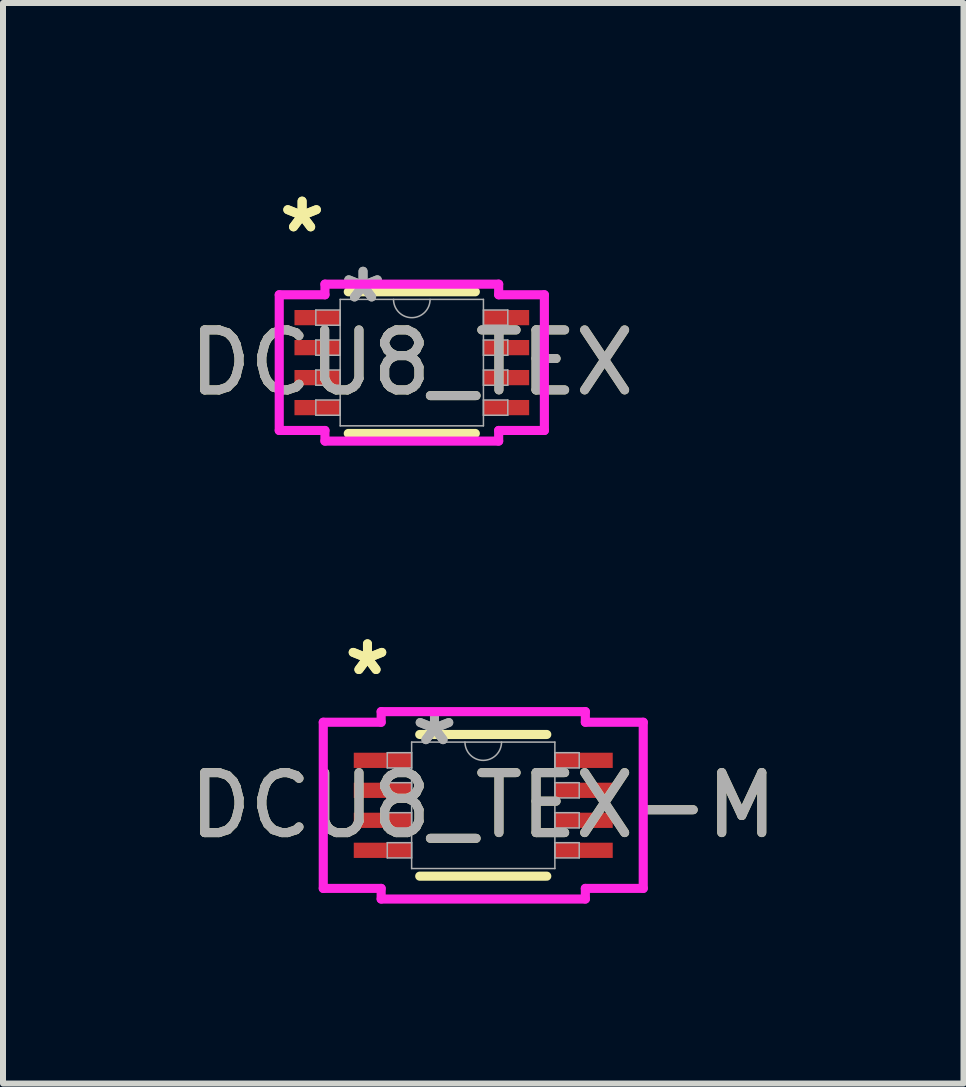
<source format=kicad_pcb>
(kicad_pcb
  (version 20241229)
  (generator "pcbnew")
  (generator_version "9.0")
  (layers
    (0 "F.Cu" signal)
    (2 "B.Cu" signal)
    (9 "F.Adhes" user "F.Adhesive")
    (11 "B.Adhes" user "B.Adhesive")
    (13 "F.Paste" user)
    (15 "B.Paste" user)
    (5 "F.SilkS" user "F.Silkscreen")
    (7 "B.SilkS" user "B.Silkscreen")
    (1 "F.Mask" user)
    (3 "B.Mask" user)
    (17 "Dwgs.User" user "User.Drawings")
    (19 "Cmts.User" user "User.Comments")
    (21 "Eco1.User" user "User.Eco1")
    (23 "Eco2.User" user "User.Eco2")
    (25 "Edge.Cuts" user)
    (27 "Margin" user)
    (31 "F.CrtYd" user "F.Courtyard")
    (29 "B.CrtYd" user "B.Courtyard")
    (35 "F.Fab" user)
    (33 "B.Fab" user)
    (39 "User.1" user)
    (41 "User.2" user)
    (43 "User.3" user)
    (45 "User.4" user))
  (footprint "DCU8_TEX-M"
    (layer "F.Cu")
    (at 5.006 10.375)
    (property "Reference" "DCU8_TEX-M" (at 0 0 0) (unlocked yes) (layer "F.SilkS") (effects (font (size 1 1) (thickness 0.15))))
    (attr smd)
    (fp_line (start -1.059 1.181) (end 1.059 1.181) (stroke (width 0.152) (type solid)) (layer "F.SilkS"))
    (fp_line (start 1.059 -1.181) (end -1.059 -1.181) (stroke (width 0.152) (type solid)) (layer "F.SilkS"))
    (fp_line (start -2.667 -1.385) (end -1.702 -1.385) (stroke (width 0.152) (type solid)) (layer "F.CrtYd"))
    (fp_line (start -2.667 1.385) (end -2.667 -1.385) (stroke (width 0.152) (type solid)) (layer "F.CrtYd"))
    (fp_line (start -2.667 1.385) (end -1.702 1.385) (stroke (width 0.152) (type solid)) (layer "F.CrtYd"))
    (fp_line (start -1.702 -1.562) (end 1.702 -1.562) (stroke (width 0.152) (type solid)) (layer "F.CrtYd"))
    (fp_line (start -1.702 -1.385) (end -1.702 -1.562) (stroke (width 0.152) (type solid)) (layer "F.CrtYd"))
    (fp_line (start -1.702 1.562) (end -1.702 1.385) (stroke (width 0.152) (type solid)) (layer "F.CrtYd"))
    (fp_line (start 1.702 -1.562) (end 1.702 -1.385) (stroke (width 0.152) (type solid)) (layer "F.CrtYd"))
    (fp_line (start 1.702 1.385) (end 1.702 1.562) (stroke (width 0.152) (type solid)) (layer "F.CrtYd"))
    (fp_line (start 1.702 1.562) (end -1.702 1.562) (stroke (width 0.152) (type solid)) (layer "F.CrtYd"))
    (fp_line (start 2.667 -1.385) (end 1.702 -1.385) (stroke (width 0.152) (type solid)) (layer "F.CrtYd"))
    (fp_line (start 2.667 -1.385) (end 2.667 1.385) (stroke (width 0.152) (type solid)) (layer "F.CrtYd"))
    (fp_line (start 2.667 1.385) (end 1.702 1.385) (stroke (width 0.152) (type solid)) (layer "F.CrtYd"))
    (fp_line (start -1.6 -0.877) (end -1.6 -0.623) (stroke (width 0.025) (type solid)) (layer "F.Fab"))
    (fp_line (start -1.6 -0.623) (end -1.194 -0.623) (stroke (width 0.025) (type solid)) (layer "F.Fab"))
    (fp_line (start -1.6 -0.377) (end -1.6 -0.123) (stroke (width 0.025) (type solid)) (layer "F.Fab"))
    (fp_line (start -1.6 -0.123) (end -1.194 -0.123) (stroke (width 0.025) (type solid)) (layer "F.Fab"))
    (fp_line (start -1.6 0.123) (end -1.6 0.377) (stroke (width 0.025) (type solid)) (layer "F.Fab"))
    (fp_line (start -1.6 0.377) (end -1.194 0.377) (stroke (width 0.025) (type solid)) (layer "F.Fab"))
    (fp_line (start -1.6 0.623) (end -1.6 0.877) (stroke (width 0.025) (type solid)) (layer "F.Fab"))
    (fp_line (start -1.6 0.877) (end -1.194 0.877) (stroke (width 0.025) (type solid)) (layer "F.Fab"))
    (fp_line (start -1.194 -1.054) (end -1.194 1.054) (stroke (width 0.025) (type solid)) (layer "F.Fab"))
    (fp_line (start -1.194 -0.877) (end -1.6 -0.877) (stroke (width 0.025) (type solid)) (layer "F.Fab"))
    (fp_line (start -1.194 -0.623) (end -1.194 -0.877) (stroke (width 0.025) (type solid)) (layer "F.Fab"))
    (fp_line (start -1.194 -0.377) (end -1.6 -0.377) (stroke (width 0.025) (type solid)) (layer "F.Fab"))
    (fp_line (start -1.194 -0.123) (end -1.194 -0.377) (stroke (width 0.025) (type solid)) (layer "F.Fab"))
    (fp_line (start -1.194 0.123) (end -1.6 0.123) (stroke (width 0.025) (type solid)) (layer "F.Fab"))
    (fp_line (start -1.194 0.377) (end -1.194 0.123) (stroke (width 0.025) (type solid)) (layer "F.Fab"))
    (fp_line (start -1.194 0.623) (end -1.6 0.623) (stroke (width 0.025) (type solid)) (layer "F.Fab"))
    (fp_line (start -1.194 0.877) (end -1.194 0.623) (stroke (width 0.025) (type solid)) (layer "F.Fab"))
    (fp_line (start -1.194 1.054) (end 1.194 1.054) (stroke (width 0.025) (type solid)) (layer "F.Fab"))
    (fp_line (start 1.194 -1.054) (end -1.194 -1.054) (stroke (width 0.025) (type solid)) (layer "F.Fab"))
    (fp_line (start 1.194 -0.877) (end 1.194 -0.623) (stroke (width 0.025) (type solid)) (layer "F.Fab"))
    (fp_line (start 1.194 -0.623) (end 1.6 -0.623) (stroke (width 0.025) (type solid)) (layer "F.Fab"))
    (fp_line (start 1.194 -0.377) (end 1.194 -0.123) (stroke (width 0.025) (type solid)) (layer "F.Fab"))
    (fp_line (start 1.194 -0.123) (end 1.6 -0.123) (stroke (width 0.025) (type solid)) (layer "F.Fab"))
    (fp_line (start 1.194 0.123) (end 1.194 0.377) (stroke (width 0.025) (type solid)) (layer "F.Fab"))
    (fp_line (start 1.194 0.377) (end 1.6 0.377) (stroke (width 0.025) (type solid)) (layer "F.Fab"))
    (fp_line (start 1.194 0.623) (end 1.194 0.877) (stroke (width 0.025) (type solid)) (layer "F.Fab"))
    (fp_line (start 1.194 0.877) (end 1.6 0.877) (stroke (width 0.025) (type solid)) (layer "F.Fab"))
    (fp_line (start 1.194 1.054) (end 1.194 -1.054) (stroke (width 0.025) (type solid)) (layer "F.Fab"))
    (fp_line (start 1.6 -0.877) (end 1.194 -0.877) (stroke (width 0.025) (type solid)) (layer "F.Fab"))
    (fp_line (start 1.6 -0.623) (end 1.6 -0.877) (stroke (width 0.025) (type solid)) (layer "F.Fab"))
    (fp_line (start 1.6 -0.377) (end 1.194 -0.377) (stroke (width 0.025) (type solid)) (layer "F.Fab"))
    (fp_line (start 1.6 -0.123) (end 1.6 -0.377) (stroke (width 0.025) (type solid)) (layer "F.Fab"))
    (fp_line (start 1.6 0.123) (end 1.194 0.123) (stroke (width 0.025) (type solid)) (layer "F.Fab"))
    (fp_line (start 1.6 0.377) (end 1.6 0.123) (stroke (width 0.025) (type solid)) (layer "F.Fab"))
    (fp_line (start 1.6 0.623) (end 1.194 0.623) (stroke (width 0.025) (type solid)) (layer "F.Fab"))
    (fp_line (start 1.6 0.877) (end 1.6 0.623) (stroke (width 0.025) (type solid)) (layer "F.Fab"))
    (fp_arc (start 0.3048 -1.0541) (mid 0 -0.7493) (end -0.3048 -1.0541) (stroke (width 0.0254) (type solid)) (layer "F.Fab"))
    (fp_text user "*" (at -1.93 -2.147 0) (layer "F.SilkS") (effects (font (size 1 1) (thickness 0.15))))
    (fp_text user "*" (at -1.93 -2.147 0) (unlocked yes) (layer "F.SilkS") (effects (font (size 1 1) (thickness 0.15))))
    (fp_text user "*" (at -0.813 -0.978 0) (layer "F.Fab") (effects (font (size 1 1) (thickness 0.15))))
    (fp_text user "${REFERENCE}" (at 0 0 0) (unlocked yes) (layer "F.Fab") (effects (font (size 1 1) (thickness 0.15))))
    (fp_text user "*" (at -0.813 -0.978 0) (unlocked yes) (layer "F.Fab") (effects (font (size 1 1) (thickness 0.15))))
    (pad "1" smd rect (at -1.676 -0.75) (size 0.965 0.254) (layers "F.Cu" "F.Mask" "F.Paste"))
    (pad "2" smd rect (at -1.676 -0.25) (size 0.965 0.254) (layers "F.Cu" "F.Mask" "F.Paste"))
    (pad "3" smd rect (at -1.676 0.25) (size 0.965 0.254) (layers "F.Cu" "F.Mask" "F.Paste"))
    (pad "4" smd rect (at -1.676 0.75) (size 0.965 0.254) (layers "F.Cu" "F.Mask" "F.Paste"))
    (pad "5" smd rect (at 1.676 0.75) (size 0.965 0.254) (layers "F.Cu" "F.Mask" "F.Paste"))
    (pad "6" smd rect (at 1.676 0.25) (size 0.965 0.254) (layers "F.Cu" "F.Mask" "F.Paste"))
    (pad "7" smd rect (at 1.676 -0.25) (size 0.965 0.254) (layers "F.Cu" "F.Mask" "F.Paste"))
    (pad "8" smd rect (at 1.676 -0.75) (size 0.965 0.254) (layers "F.Cu" "F.Mask" "F.Paste")))
  (footprint "DCU8_TEX"
    (layer "F.Cu")
    (at 3.815 2.995)
    (property "Reference" "DCU8_TEX" (at 0 0 0) (unlocked yes) (layer "F.SilkS") (effects (font (size 1 1) (thickness 0.15))))
    (attr smd)
    (fp_line (start -1.059 1.181) (end 1.059 1.181) (stroke (width 0.152) (type solid)) (layer "F.SilkS"))
    (fp_line (start 1.059 -1.181) (end -1.059 -1.181) (stroke (width 0.152) (type solid)) (layer "F.SilkS"))
    (fp_line (start -2.21 -1.131) (end -1.448 -1.131) (stroke (width 0.152) (type solid)) (layer "F.CrtYd"))
    (fp_line (start -2.21 1.131) (end -2.21 -1.131) (stroke (width 0.152) (type solid)) (layer "F.CrtYd"))
    (fp_line (start -2.21 1.131) (end -1.448 1.131) (stroke (width 0.152) (type solid)) (layer "F.CrtYd"))
    (fp_line (start -1.448 -1.308) (end 1.448 -1.308) (stroke (width 0.152) (type solid)) (layer "F.CrtYd"))
    (fp_line (start -1.448 -1.131) (end -1.448 -1.308) (stroke (width 0.152) (type solid)) (layer "F.CrtYd"))
    (fp_line (start -1.448 1.308) (end -1.448 1.131) (stroke (width 0.152) (type solid)) (layer "F.CrtYd"))
    (fp_line (start 1.448 -1.308) (end 1.448 -1.131) (stroke (width 0.152) (type solid)) (layer "F.CrtYd"))
    (fp_line (start 1.448 1.131) (end 1.448 1.308) (stroke (width 0.152) (type solid)) (layer "F.CrtYd"))
    (fp_line (start 1.448 1.308) (end -1.448 1.308) (stroke (width 0.152) (type solid)) (layer "F.CrtYd"))
    (fp_line (start 2.21 -1.131) (end 1.448 -1.131) (stroke (width 0.152) (type solid)) (layer "F.CrtYd"))
    (fp_line (start 2.21 -1.131) (end 2.21 1.131) (stroke (width 0.152) (type solid)) (layer "F.CrtYd"))
    (fp_line (start 2.21 1.131) (end 1.448 1.131) (stroke (width 0.152) (type solid)) (layer "F.CrtYd"))
    (fp_line (start -1.6 -0.877) (end -1.6 -0.623) (stroke (width 0.025) (type solid)) (layer "F.Fab"))
    (fp_line (start -1.6 -0.623) (end -1.194 -0.623) (stroke (width 0.025) (type solid)) (layer "F.Fab"))
    (fp_line (start -1.6 -0.377) (end -1.6 -0.123) (stroke (width 0.025) (type solid)) (layer "F.Fab"))
    (fp_line (start -1.6 -0.123) (end -1.194 -0.123) (stroke (width 0.025) (type solid)) (layer "F.Fab"))
    (fp_line (start -1.6 0.123) (end -1.6 0.377) (stroke (width 0.025) (type solid)) (layer "F.Fab"))
    (fp_line (start -1.6 0.377) (end -1.194 0.377) (stroke (width 0.025) (type solid)) (layer "F.Fab"))
    (fp_line (start -1.6 0.623) (end -1.6 0.877) (stroke (width 0.025) (type solid)) (layer "F.Fab"))
    (fp_line (start -1.6 0.877) (end -1.194 0.877) (stroke (width 0.025) (type solid)) (layer "F.Fab"))
    (fp_line (start -1.194 -1.054) (end -1.194 1.054) (stroke (width 0.025) (type solid)) (layer "F.Fab"))
    (fp_line (start -1.194 -0.877) (end -1.6 -0.877) (stroke (width 0.025) (type solid)) (layer "F.Fab"))
    (fp_line (start -1.194 -0.623) (end -1.194 -0.877) (stroke (width 0.025) (type solid)) (layer "F.Fab"))
    (fp_line (start -1.194 -0.377) (end -1.6 -0.377) (stroke (width 0.025) (type solid)) (layer "F.Fab"))
    (fp_line (start -1.194 -0.123) (end -1.194 -0.377) (stroke (width 0.025) (type solid)) (layer "F.Fab"))
    (fp_line (start -1.194 0.123) (end -1.6 0.123) (stroke (width 0.025) (type solid)) (layer "F.Fab"))
    (fp_line (start -1.194 0.377) (end -1.194 0.123) (stroke (width 0.025) (type solid)) (layer "F.Fab"))
    (fp_line (start -1.194 0.623) (end -1.6 0.623) (stroke (width 0.025) (type solid)) (layer "F.Fab"))
    (fp_line (start -1.194 0.877) (end -1.194 0.623) (stroke (width 0.025) (type solid)) (layer "F.Fab"))
    (fp_line (start -1.194 1.054) (end 1.194 1.054) (stroke (width 0.025) (type solid)) (layer "F.Fab"))
    (fp_line (start 1.194 -1.054) (end -1.194 -1.054) (stroke (width 0.025) (type solid)) (layer "F.Fab"))
    (fp_line (start 1.194 -0.877) (end 1.194 -0.623) (stroke (width 0.025) (type solid)) (layer "F.Fab"))
    (fp_line (start 1.194 -0.623) (end 1.6 -0.623) (stroke (width 0.025) (type solid)) (layer "F.Fab"))
    (fp_line (start 1.194 -0.377) (end 1.194 -0.123) (stroke (width 0.025) (type solid)) (layer "F.Fab"))
    (fp_line (start 1.194 -0.123) (end 1.6 -0.123) (stroke (width 0.025) (type solid)) (layer "F.Fab"))
    (fp_line (start 1.194 0.123) (end 1.194 0.377) (stroke (width 0.025) (type solid)) (layer "F.Fab"))
    (fp_line (start 1.194 0.377) (end 1.6 0.377) (stroke (width 0.025) (type solid)) (layer "F.Fab"))
    (fp_line (start 1.194 0.623) (end 1.194 0.877) (stroke (width 0.025) (type solid)) (layer "F.Fab"))
    (fp_line (start 1.194 0.877) (end 1.6 0.877) (stroke (width 0.025) (type solid)) (layer "F.Fab"))
    (fp_line (start 1.194 1.054) (end 1.194 -1.054) (stroke (width 0.025) (type solid)) (layer "F.Fab"))
    (fp_line (start 1.6 -0.877) (end 1.194 -0.877) (stroke (width 0.025) (type solid)) (layer "F.Fab"))
    (fp_line (start 1.6 -0.623) (end 1.6 -0.877) (stroke (width 0.025) (type solid)) (layer "F.Fab"))
    (fp_line (start 1.6 -0.377) (end 1.194 -0.377) (stroke (width 0.025) (type solid)) (layer "F.Fab"))
    (fp_line (start 1.6 -0.123) (end 1.6 -0.377) (stroke (width 0.025) (type solid)) (layer "F.Fab"))
    (fp_line (start 1.6 0.123) (end 1.194 0.123) (stroke (width 0.025) (type solid)) (layer "F.Fab"))
    (fp_line (start 1.6 0.377) (end 1.6 0.123) (stroke (width 0.025) (type solid)) (layer "F.Fab"))
    (fp_line (start 1.6 0.623) (end 1.194 0.623) (stroke (width 0.025) (type solid)) (layer "F.Fab"))
    (fp_line (start 1.6 0.877) (end 1.6 0.623) (stroke (width 0.025) (type solid)) (layer "F.Fab"))
    (fp_arc (start 0.3048 -1.0541) (mid 0 -0.7493) (end -0.3048 -1.0541) (stroke (width 0.0254) (type solid)) (layer "F.Fab"))
    (fp_text user "*" (at -1.829 -2.147 0) (unlocked yes) (layer "F.SilkS") (effects (font (size 1 1) (thickness 0.15))))
    (fp_text user "*" (at -1.829 -2.147 0) (layer "F.SilkS") (effects (font (size 1 1) (thickness 0.15))))
    (fp_text user "*" (at -0.813 -0.978 0) (layer "F.Fab") (effects (font (size 1 1) (thickness 0.15))))
    (fp_text user "*" (at -0.813 -0.978 0) (unlocked yes) (layer "F.Fab") (effects (font (size 1 1) (thickness 0.15))))
    (fp_text user "${REFERENCE}" (at 0 0 0) (unlocked yes) (layer "F.Fab") (effects (font (size 1 1) (thickness 0.15))))
    (pad "1" smd rect (at -1.575 -0.75) (size 0.762 0.254) (layers "F.Cu" "F.Mask" "F.Paste"))
    (pad "2" smd rect (at -1.575 -0.25) (size 0.762 0.254) (layers "F.Cu" "F.Mask" "F.Paste"))
    (pad "3" smd rect (at -1.575 0.25) (size 0.762 0.254) (layers "F.Cu" "F.Mask" "F.Paste"))
    (pad "4" smd rect (at -1.575 0.75) (size 0.762 0.254) (layers "F.Cu" "F.Mask" "F.Paste"))
    (pad "5" smd rect (at 1.575 0.75) (size 0.762 0.254) (layers "F.Cu" "F.Mask" "F.Paste"))
    (pad "6" smd rect (at 1.575 0.25) (size 0.762 0.254) (layers "F.Cu" "F.Mask" "F.Paste"))
    (pad "7" smd rect (at 1.575 -0.25) (size 0.762 0.254) (layers "F.Cu" "F.Mask" "F.Paste"))
    (pad "8" smd rect (at 1.575 -0.75) (size 0.762 0.254) (layers "F.Cu" "F.Mask" "F.Paste")))
  (gr_rect
    (start -3 -3)
    (end 13.012 15.013)
    (stroke (width 0.1) (type default))
    (fill no)
    (layer "Edge.Cuts")))
</source>
